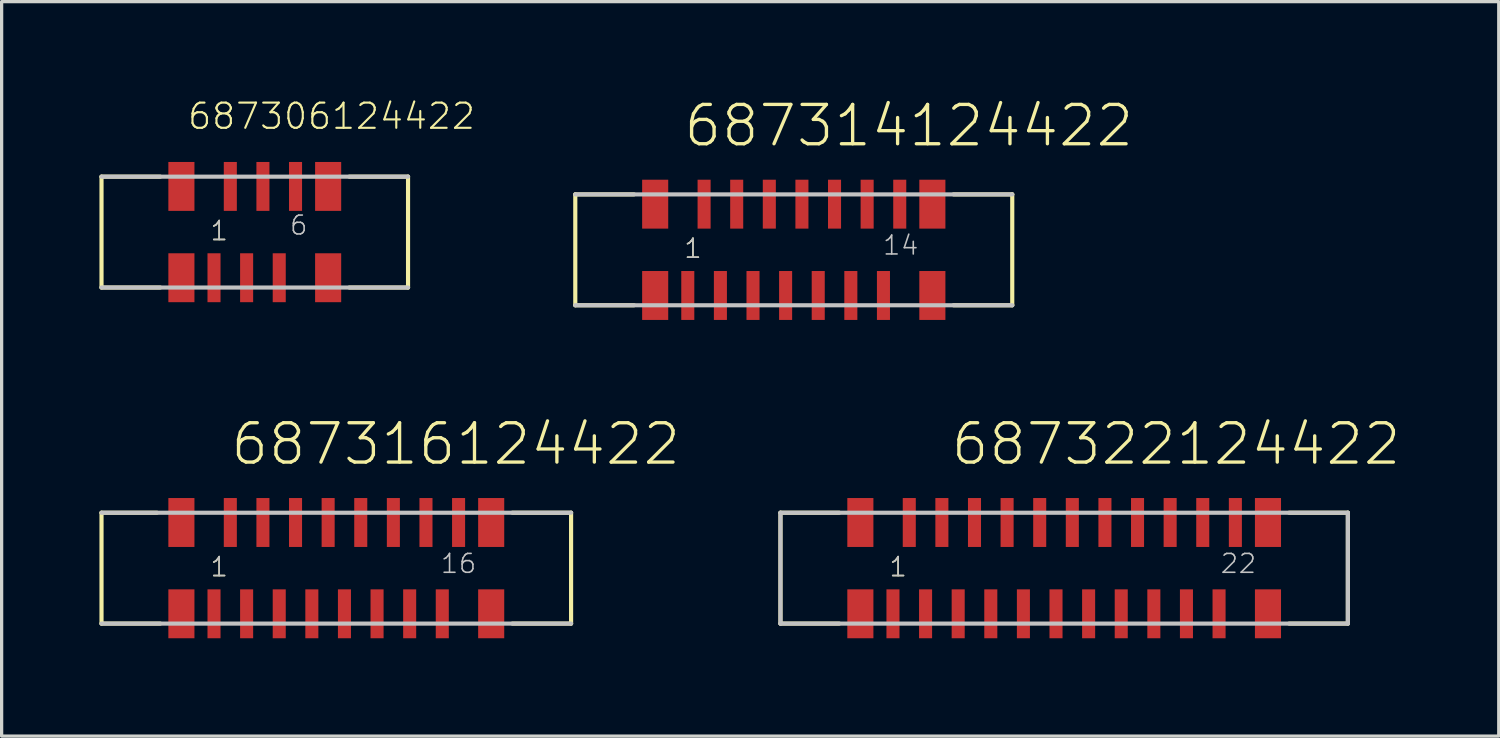
<source format=kicad_pcb>
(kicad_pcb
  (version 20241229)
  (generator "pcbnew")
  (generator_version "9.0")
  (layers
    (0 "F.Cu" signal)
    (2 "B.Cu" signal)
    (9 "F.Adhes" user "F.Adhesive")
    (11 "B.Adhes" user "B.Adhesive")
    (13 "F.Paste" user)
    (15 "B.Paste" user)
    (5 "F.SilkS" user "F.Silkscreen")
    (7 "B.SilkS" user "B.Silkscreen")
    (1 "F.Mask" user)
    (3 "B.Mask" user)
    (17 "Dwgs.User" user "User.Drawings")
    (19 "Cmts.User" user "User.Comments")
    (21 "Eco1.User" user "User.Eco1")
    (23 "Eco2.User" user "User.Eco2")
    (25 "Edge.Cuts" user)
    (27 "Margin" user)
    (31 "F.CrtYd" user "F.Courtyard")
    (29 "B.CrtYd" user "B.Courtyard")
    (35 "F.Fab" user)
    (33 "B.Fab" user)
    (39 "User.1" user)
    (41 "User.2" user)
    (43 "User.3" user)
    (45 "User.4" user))
  (footprint "687306124422"
    (layer "F.Cu")
    (at 4.763 4.067)
    (property "Reference" "687306124422" (at -2.1 -3.1 0) (layer "F.SilkS") (effects (font (size 0.772 0.772) (thickness 0.065)) (justify left bottom)))
    (attr through_hole)
    (fp_line (start -4.7 -1.7) (end -4.7 1.7) (stroke (width 0.127) (type solid)) (layer "F.SilkS"))
    (fp_line (start -2.9 -1.7) (end -4.7 -1.7) (stroke (width 0.127) (type solid)) (layer "F.SilkS"))
    (fp_line (start -2.9 1.7) (end -4.7 1.7) (stroke (width 0.127) (type solid)) (layer "F.SilkS"))
    (fp_line (start 2.9 -1.7) (end 4.7 -1.7) (stroke (width 0.127) (type solid)) (layer "F.SilkS"))
    (fp_line (start 2.9 1.7) (end 4.7 1.7) (stroke (width 0.127) (type solid)) (layer "F.SilkS"))
    (fp_line (start 4.7 1.7) (end 4.7 -1.7) (stroke (width 0.127) (type solid)) (layer "F.SilkS"))
    (fp_line (start -4.7 1.7) (end 4.7 1.7) (stroke (width 0.127) (type solid)) (layer "Dwgs.User"))
    (fp_line (start 4.7 -1.7) (end -4.7 -1.7) (stroke (width 0.127) (type solid)) (layer "Dwgs.User"))
    (fp_text user "1" (at -1.4 0.3 0) (layer "F.SilkS") (effects (font (size 0.579 0.579) (thickness 0.049)) (justify left bottom)))
    (fp_text user "6" (at 1.04 0.13 0) (layer "Dwgs.User") (effects (font (size 0.579 0.579) (thickness 0.049)) (justify left bottom)))
    (fp_text user "1" (at -1.4 0.3 0) (layer "Dwgs.User") (effects (font (size 0.579 0.579) (thickness 0.049)) (justify left bottom)))
    (pad "1" smd rect (at -1.25 1.4 180) (size 0.4 1.5) (layers "F.Cu" "F.Mask" "F.Paste"))
    (pad "2" smd rect (at -0.75 -1.4) (size 0.4 1.5) (layers "F.Cu" "F.Mask" "F.Paste"))
    (pad "3" smd rect (at -0.25 1.4 180) (size 0.4 1.5) (layers "F.Cu" "F.Mask" "F.Paste"))
    (pad "4" smd rect (at 0.25 -1.4 180) (size 0.4 1.5) (layers "F.Cu" "F.Mask" "F.Paste"))
    (pad "5" smd rect (at 0.75 1.4 180) (size 0.4 1.5) (layers "F.Cu" "F.Mask" "F.Paste"))
    (pad "6" smd rect (at 1.25 -1.4 180) (size 0.4 1.5) (layers "F.Cu" "F.Mask" "F.Paste"))
    (pad "Z1" smd rect (at -2.25 -1.4 180) (size 0.8 1.5) (layers "F.Cu" "F.Mask" "F.Paste"))
    (pad "Z2" smd rect (at -2.25 1.4 180) (size 0.8 1.5) (layers "F.Cu" "F.Mask" "F.Paste"))
    (pad "Z3" smd rect (at 2.25 1.4 180) (size 0.8 1.5) (layers "F.Cu" "F.Mask" "F.Paste"))
    (pad "Z4" smd rect (at 2.25 -1.4 180) (size 0.8 1.5) (layers "F.Cu" "F.Mask" "F.Paste")))
  (footprint "687322124422"
    (layer "F.Cu")
    (at 29.584 14.373)
    (property "Reference" "687322124422" (at -3.525 -3.1 0) (layer "F.SilkS") (effects (font (size 1.206 1.206) (thickness 0.102)) (justify left bottom)))
    (attr through_hole)
    (fp_line (start -8.7 -1.7) (end -8.7 1.7) (stroke (width 0.127) (type solid)) (layer "F.SilkS"))
    (fp_line (start -8.7 1.7) (end -6.9 1.7) (stroke (width 0.127) (type solid)) (layer "F.SilkS"))
    (fp_line (start -6.9 -1.7) (end -8.7 -1.7) (stroke (width 0.127) (type solid)) (layer "F.SilkS"))
    (fp_line (start 6.9 -1.7) (end 8.7 -1.7) (stroke (width 0.127) (type solid)) (layer "F.SilkS"))
    (fp_line (start 8.7 -1.7) (end 8.7 1.7) (stroke (width 0.127) (type solid)) (layer "F.SilkS"))
    (fp_line (start 8.7 1.7) (end 6.9 1.7) (stroke (width 0.127) (type solid)) (layer "F.SilkS"))
    (fp_line (start -8.7 -1.7) (end -8.7 1.7) (stroke (width 0.127) (type solid)) (layer "Dwgs.User"))
    (fp_line (start -8.7 1.7) (end 8.7 1.7) (stroke (width 0.127) (type solid)) (layer "Dwgs.User"))
    (fp_line (start 8.7 -1.7) (end -8.7 -1.7) (stroke (width 0.127) (type solid)) (layer "Dwgs.User"))
    (fp_line (start 8.7 1.7) (end 8.7 -1.7) (stroke (width 0.127) (type solid)) (layer "Dwgs.User"))
    (fp_text user "1" (at -5.4 0.3 0) (layer "F.SilkS") (effects (font (size 0.579 0.579) (thickness 0.049)) (justify left bottom)))
    (fp_text user "22" (at 4.76 0.2 0) (layer "Dwgs.User") (effects (font (size 0.579 0.579) (thickness 0.049)) (justify left bottom)))
    (fp_text user "1" (at -5.4 0.3 0) (layer "Dwgs.User") (effects (font (size 0.579 0.579) (thickness 0.049)) (justify left bottom)))
    (pad "1" smd rect (at -5.25 1.4 180) (size 0.4 1.5) (layers "F.Cu" "F.Mask" "F.Paste"))
    (pad "2" smd rect (at -4.75 -1.4) (size 0.4 1.5) (layers "F.Cu" "F.Mask" "F.Paste"))
    (pad "3" smd rect (at -4.25 1.4 180) (size 0.4 1.5) (layers "F.Cu" "F.Mask" "F.Paste"))
    (pad "4" smd rect (at -3.75 -1.4 180) (size 0.4 1.5) (layers "F.Cu" "F.Mask" "F.Paste"))
    (pad "5" smd rect (at -3.25 1.4 180) (size 0.4 1.5) (layers "F.Cu" "F.Mask" "F.Paste"))
    (pad "6" smd rect (at -2.75 -1.4 180) (size 0.4 1.5) (layers "F.Cu" "F.Mask" "F.Paste"))
    (pad "7" smd rect (at -2.25 1.4 180) (size 0.4 1.5) (layers "F.Cu" "F.Mask" "F.Paste"))
    (pad "8" smd rect (at -1.75 -1.4 180) (size 0.4 1.5) (layers "F.Cu" "F.Mask" "F.Paste"))
    (pad "9" smd rect (at -1.25 1.4 180) (size 0.4 1.5) (layers "F.Cu" "F.Mask" "F.Paste"))
    (pad "10" smd rect (at -0.75 -1.4 180) (size 0.4 1.5) (layers "F.Cu" "F.Mask" "F.Paste"))
    (pad "11" smd rect (at -0.25 1.4 180) (size 0.4 1.5) (layers "F.Cu" "F.Mask" "F.Paste"))
    (pad "12" smd rect (at 0.25 -1.4 180) (size 0.4 1.5) (layers "F.Cu" "F.Mask" "F.Paste"))
    (pad "13" smd rect (at 0.75 1.4 180) (size 0.4 1.5) (layers "F.Cu" "F.Mask" "F.Paste"))
    (pad "14" smd rect (at 1.25 -1.4 180) (size 0.4 1.5) (layers "F.Cu" "F.Mask" "F.Paste"))
    (pad "15" smd rect (at 1.75 1.4 180) (size 0.4 1.5) (layers "F.Cu" "F.Mask" "F.Paste"))
    (pad "16" smd rect (at 2.25 -1.4 180) (size 0.4 1.5) (layers "F.Cu" "F.Mask" "F.Paste"))
    (pad "17" smd rect (at 2.75 1.4 180) (size 0.4 1.5) (layers "F.Cu" "F.Mask" "F.Paste"))
    (pad "18" smd rect (at 3.25 -1.4 180) (size 0.4 1.5) (layers "F.Cu" "F.Mask" "F.Paste"))
    (pad "19" smd rect (at 3.75 1.4 180) (size 0.4 1.5) (layers "F.Cu" "F.Mask" "F.Paste"))
    (pad "20" smd rect (at 4.25 -1.4 180) (size 0.4 1.5) (layers "F.Cu" "F.Mask" "F.Paste"))
    (pad "21" smd rect (at 4.75 1.4 180) (size 0.4 1.5) (layers "F.Cu" "F.Mask" "F.Paste"))
    (pad "22" smd rect (at 5.25 -1.4 180) (size 0.4 1.5) (layers "F.Cu" "F.Mask" "F.Paste"))
    (pad "Z1" smd rect (at -6.25 -1.4 180) (size 0.8 1.5) (layers "F.Cu" "F.Mask" "F.Paste"))
    (pad "Z2" smd rect (at -6.25 1.4 180) (size 0.8 1.5) (layers "F.Cu" "F.Mask" "F.Paste"))
    (pad "Z3" smd rect (at 6.25 1.4 180) (size 0.8 1.5) (layers "F.Cu" "F.Mask" "F.Paste"))
    (pad "Z4" smd rect (at 6.25 -1.4 180) (size 0.8 1.5) (layers "F.Cu" "F.Mask" "F.Paste")))
  (footprint "687316124422"
    (layer "F.Cu")
    (at 7.263 14.373)
    (property "Reference" "687316124422" (at -3.295 -3.1 0) (layer "F.SilkS") (effects (font (size 1.206 1.206) (thickness 0.102)) (justify left bottom)))
    (attr through_hole)
    (fp_line (start -7.2 -1.7) (end -7.2 1.7) (stroke (width 0.127) (type solid)) (layer "F.SilkS"))
    (fp_line (start -5.5 -1.7) (end -7.2 -1.7) (stroke (width 0.127) (type solid)) (layer "F.SilkS"))
    (fp_line (start -5.4 1.7) (end -7.2 1.7) (stroke (width 0.127) (type solid)) (layer "F.SilkS"))
    (fp_line (start 5.4 -1.7) (end 7.2 -1.7) (stroke (width 0.127) (type solid)) (layer "F.SilkS"))
    (fp_line (start 5.4 1.7) (end 7.2 1.7) (stroke (width 0.127) (type solid)) (layer "F.SilkS"))
    (fp_line (start 7.2 1.7) (end 7.2 -1.7) (stroke (width 0.127) (type solid)) (layer "F.SilkS"))
    (fp_line (start -7.2 1.7) (end 7.2 1.7) (stroke (width 0.127) (type solid)) (layer "Dwgs.User"))
    (fp_line (start 7.2 -1.7) (end -7.2 -1.7) (stroke (width 0.127) (type solid)) (layer "Dwgs.User"))
    (fp_text user "1" (at -3.9 0.3 0) (layer "F.SilkS") (effects (font (size 0.579 0.579) (thickness 0.049)) (justify left bottom)))
    (fp_text user "16" (at 3.165 0.2 0) (layer "Dwgs.User") (effects (font (size 0.579 0.579) (thickness 0.049)) (justify left bottom)))
    (fp_text user "1" (at -3.9 0.3 0) (layer "Dwgs.User") (effects (font (size 0.579 0.579) (thickness 0.049)) (justify left bottom)))
    (pad "1" smd rect (at -3.75 1.4 180) (size 0.4 1.5) (layers "F.Cu" "F.Mask" "F.Paste"))
    (pad "2" smd rect (at -3.25 -1.4) (size 0.4 1.5) (layers "F.Cu" "F.Mask" "F.Paste"))
    (pad "3" smd rect (at -2.75 1.4 180) (size 0.4 1.5) (layers "F.Cu" "F.Mask" "F.Paste"))
    (pad "4" smd rect (at -2.25 -1.4 180) (size 0.4 1.5) (layers "F.Cu" "F.Mask" "F.Paste"))
    (pad "5" smd rect (at -1.75 1.4 180) (size 0.4 1.5) (layers "F.Cu" "F.Mask" "F.Paste"))
    (pad "6" smd rect (at -1.25 -1.4 180) (size 0.4 1.5) (layers "F.Cu" "F.Mask" "F.Paste"))
    (pad "7" smd rect (at -0.75 1.4 180) (size 0.4 1.5) (layers "F.Cu" "F.Mask" "F.Paste"))
    (pad "8" smd rect (at -0.25 -1.4 180) (size 0.4 1.5) (layers "F.Cu" "F.Mask" "F.Paste"))
    (pad "9" smd rect (at 0.25 1.4 180) (size 0.4 1.5) (layers "F.Cu" "F.Mask" "F.Paste"))
    (pad "10" smd rect (at 0.75 -1.4 180) (size 0.4 1.5) (layers "F.Cu" "F.Mask" "F.Paste"))
    (pad "11" smd rect (at 1.25 1.4 180) (size 0.4 1.5) (layers "F.Cu" "F.Mask" "F.Paste"))
    (pad "12" smd rect (at 1.75 -1.4 180) (size 0.4 1.5) (layers "F.Cu" "F.Mask" "F.Paste"))
    (pad "13" smd rect (at 2.25 1.4 180) (size 0.4 1.5) (layers "F.Cu" "F.Mask" "F.Paste"))
    (pad "14" smd rect (at 2.75 -1.4 180) (size 0.4 1.5) (layers "F.Cu" "F.Mask" "F.Paste"))
    (pad "15" smd rect (at 3.25 1.4 180) (size 0.4 1.5) (layers "F.Cu" "F.Mask" "F.Paste"))
    (pad "16" smd rect (at 3.75 -1.4 180) (size 0.4 1.5) (layers "F.Cu" "F.Mask" "F.Paste"))
    (pad "Z1" smd rect (at -4.75 -1.4 180) (size 0.8 1.5) (layers "F.Cu" "F.Mask" "F.Paste"))
    (pad "Z2" smd rect (at -4.75 1.4 180) (size 0.8 1.5) (layers "F.Cu" "F.Mask" "F.Paste"))
    (pad "Z3" smd rect (at 4.75 1.4 180) (size 0.8 1.5) (layers "F.Cu" "F.Mask" "F.Paste"))
    (pad "Z4" smd rect (at 4.75 -1.4 180) (size 0.8 1.5) (layers "F.Cu" "F.Mask" "F.Paste")))
  (footprint "687314124422"
    (layer "F.Cu")
    (at 21.292 4.611)
    (property "Reference" "687314124422" (at -3.43 -3.1 0) (layer "F.SilkS") (effects (font (size 1.206 1.206) (thickness 0.102)) (justify left bottom)))
    (attr through_hole)
    (fp_line (start -6.7 -1.7) (end -6.7 1.7) (stroke (width 0.127) (type solid)) (layer "F.SilkS"))
    (fp_line (start -4.9 -1.7) (end -6.7 -1.7) (stroke (width 0.127) (type solid)) (layer "F.SilkS"))
    (fp_line (start -4.9 1.7) (end -6.7 1.7) (stroke (width 0.127) (type solid)) (layer "F.SilkS"))
    (fp_line (start 4.9 -1.7) (end 6.7 -1.7) (stroke (width 0.127) (type solid)) (layer "F.SilkS"))
    (fp_line (start 4.9 1.7) (end 6.7 1.7) (stroke (width 0.127) (type solid)) (layer "F.SilkS"))
    (fp_line (start 6.7 1.7) (end 6.7 -1.7) (stroke (width 0.127) (type solid)) (layer "F.SilkS"))
    (fp_line (start -6.7 1.7) (end 6.7 1.7) (stroke (width 0.127) (type solid)) (layer "Dwgs.User"))
    (fp_line (start 6.7 -1.7) (end -6.7 -1.7) (stroke (width 0.127) (type solid)) (layer "Dwgs.User"))
    (fp_text user "1" (at -3.4 0.3 0) (layer "F.SilkS") (effects (font (size 0.579 0.579) (thickness 0.049)) (justify left bottom)))
    (fp_text user "14" (at 2.695 0.2 0) (layer "Dwgs.User") (effects (font (size 0.579 0.579) (thickness 0.049)) (justify left bottom)))
    (fp_text user "1" (at -3.4 0.3 0) (layer "Dwgs.User") (effects (font (size 0.579 0.579) (thickness 0.049)) (justify left bottom)))
    (pad "1" smd rect (at -3.25 1.4 180) (size 0.4 1.5) (layers "F.Cu" "F.Mask" "F.Paste"))
    (pad "2" smd rect (at -2.75 -1.4) (size 0.4 1.5) (layers "F.Cu" "F.Mask" "F.Paste"))
    (pad "3" smd rect (at -2.25 1.4 180) (size 0.4 1.5) (layers "F.Cu" "F.Mask" "F.Paste"))
    (pad "4" smd rect (at -1.75 -1.4 180) (size 0.4 1.5) (layers "F.Cu" "F.Mask" "F.Paste"))
    (pad "5" smd rect (at -1.25 1.4 180) (size 0.4 1.5) (layers "F.Cu" "F.Mask" "F.Paste"))
    (pad "6" smd rect (at -0.75 -1.4 180) (size 0.4 1.5) (layers "F.Cu" "F.Mask" "F.Paste"))
    (pad "7" smd rect (at -0.25 1.4 180) (size 0.4 1.5) (layers "F.Cu" "F.Mask" "F.Paste"))
    (pad "8" smd rect (at 0.25 -1.4 180) (size 0.4 1.5) (layers "F.Cu" "F.Mask" "F.Paste"))
    (pad "9" smd rect (at 0.75 1.4 180) (size 0.4 1.5) (layers "F.Cu" "F.Mask" "F.Paste"))
    (pad "10" smd rect (at 1.25 -1.4 180) (size 0.4 1.5) (layers "F.Cu" "F.Mask" "F.Paste"))
    (pad "11" smd rect (at 1.75 1.4 180) (size 0.4 1.5) (layers "F.Cu" "F.Mask" "F.Paste"))
    (pad "12" smd rect (at 2.25 -1.4 180) (size 0.4 1.5) (layers "F.Cu" "F.Mask" "F.Paste"))
    (pad "13" smd rect (at 2.75 1.4 180) (size 0.4 1.5) (layers "F.Cu" "F.Mask" "F.Paste"))
    (pad "14" smd rect (at 3.25 -1.4 180) (size 0.4 1.5) (layers "F.Cu" "F.Mask" "F.Paste"))
    (pad "Z1" smd rect (at -4.25 -1.4 180) (size 0.8 1.5) (layers "F.Cu" "F.Mask" "F.Paste"))
    (pad "Z2" smd rect (at -4.25 1.4 180) (size 0.8 1.5) (layers "F.Cu" "F.Mask" "F.Paste"))
    (pad "Z3" smd rect (at 4.25 1.4 180) (size 0.8 1.5) (layers "F.Cu" "F.Mask" "F.Paste"))
    (pad "Z4" smd rect (at 4.25 -1.4 180) (size 0.8 1.5) (layers "F.Cu" "F.Mask" "F.Paste")))
  (gr_rect
    (start -3 -3)
    (end 42.911 19.523)
    (stroke (width 0.1) (type default))
    (fill no)
    (layer "Edge.Cuts")))
</source>
